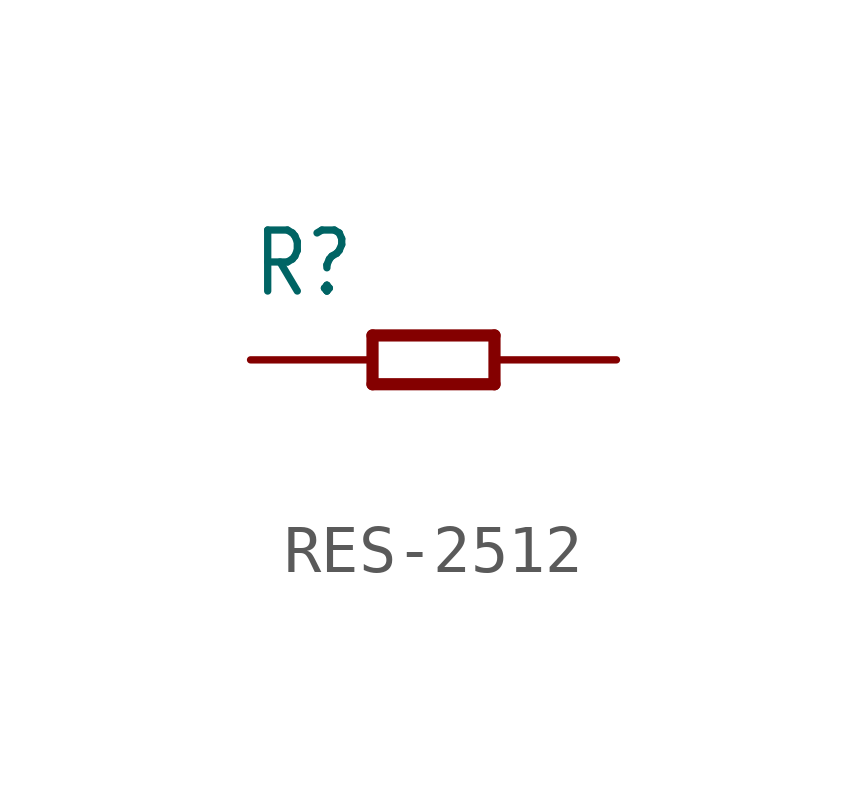
<source format=kicad_sym>
(kicad_symbol_lib
  (version 20220914)
  (generator kicad_symbol_editor)
  (symbol "RES-2512"
    (property "Reference" "R"
      (at -3.81 1.27 0)
      (effects (font (size 1.27 1.079)) (justify left bottom)))
    (property "Value" ""
      (at -3.81 -2.54 0)
      (effects (font (size 1.27 1.079)) (justify left bottom)))
    (property "ki_locked" ""
      (at 0 0 0)
      (effects (font (size 1.27 1.27))))
    (symbol "RES-2512_1_0"
      (polyline (pts (xy -1.27 -0.508) (xy -1.27 0.508)) (stroke (width 0.254) (type solid)) (fill (type none)))
      (polyline (pts (xy -1.27 0.508) (xy 1.27 0.508)) (stroke (width 0.254) (type solid)) (fill (type none)))
      (polyline (pts (xy 1.27 -0.508) (xy -1.27 -0.508)) (stroke (width 0.254) (type solid)) (fill (type none)))
      (polyline (pts (xy 1.27 0.508) (xy 1.27 -0.508)) (stroke (width 0.254) (type solid)) (fill (type none)))
      (pin passive line (at -3.81 0 0) (length 2.54) (name "1" (effects (font (size 0 0)))) (number "1" (effects (font (size 0 0)))))
      (pin passive line (at 3.81 0 180) (length 2.54) (name "2" (effects (font (size 0 0)))) (number "2" (effects (font (size 0 0))))))))
</source>
